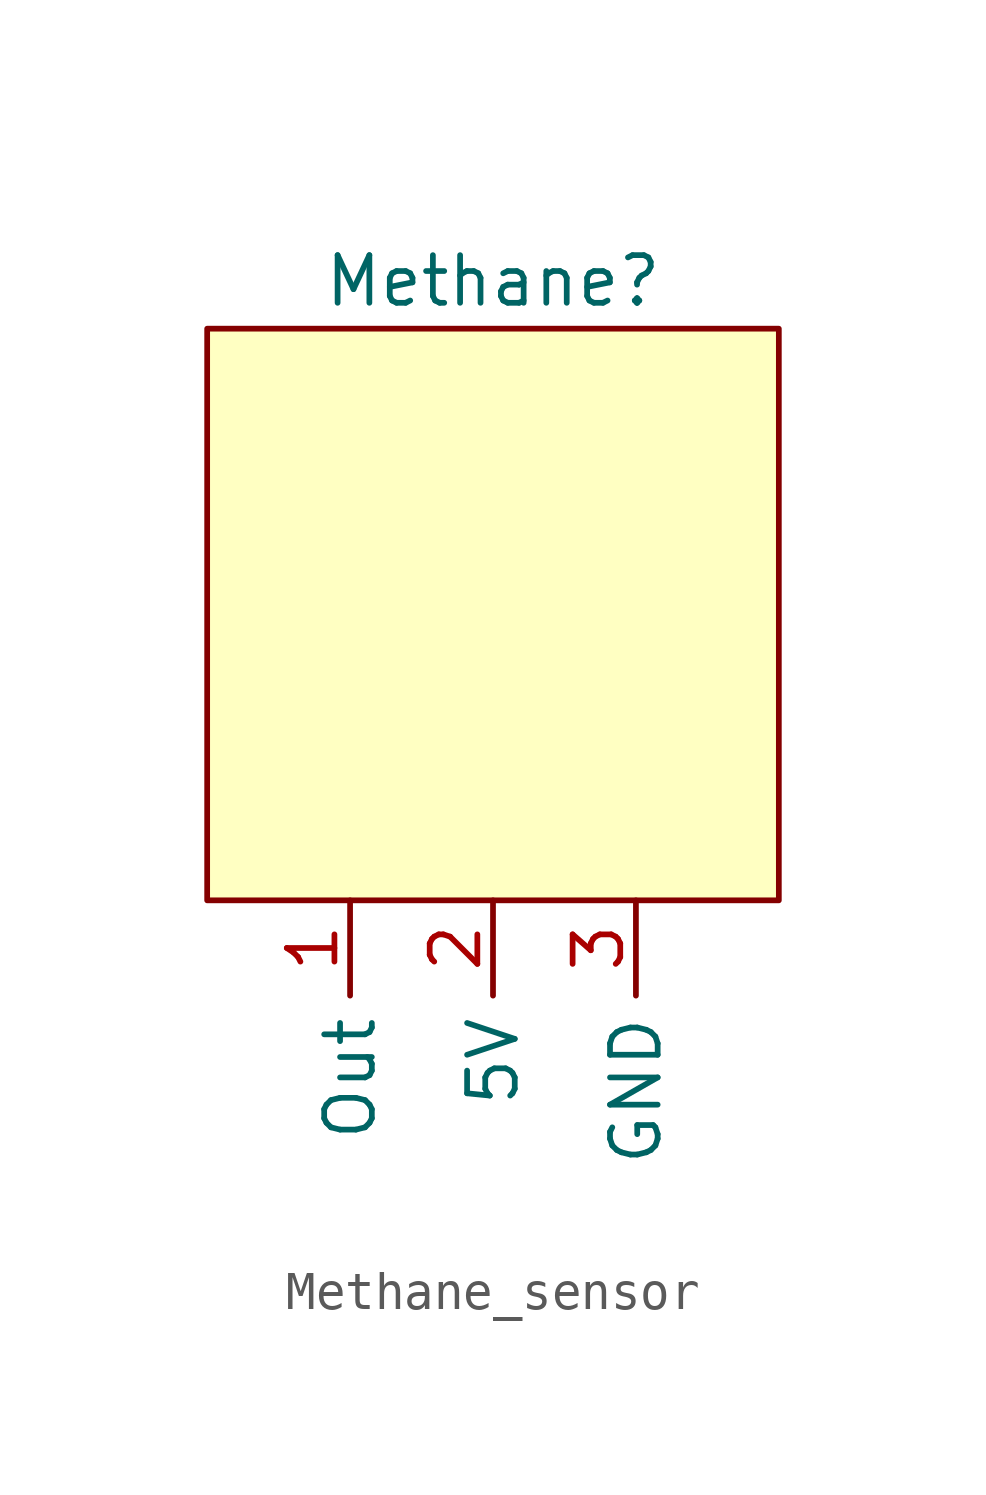
<source format=kicad_sym>
(kicad_symbol_lib
  (version 20220914)
  (generator kicad_symbol_editor)
  (symbol "Methane_sensor"
    (property "Reference" "Methane"
      (at 0 1.27 0)
      (effects (font (size 1.27 1.27))))
    (property "Value" ""
      (at 0 0 0)
      (effects (font (size 1.27 1.27))))
    (symbol "Methane_sensor_1_1"
      (rectangle (start -7.62 0) (end 7.62 -15.24) (stroke (width 0) (type default)) (fill (type background)))
      (pin output line (at -3.81 -15.24 270) (length 2.54) (name "Out" (effects (font (size 1.27 1.27)))) (number "1" (effects (font (size 1.27 1.27)))))
      (pin power_in line (at 0 -15.24 270) (length 2.54) (name "5V" (effects (font (size 1.27 1.27)))) (number "2" (effects (font (size 1.27 1.27)))))
      (pin power_in line (at 3.81 -15.24 270) (length 2.54) (name "GND" (effects (font (size 1.27 1.27)))) (number "3" (effects (font (size 1.27 1.27))))))))
</source>
